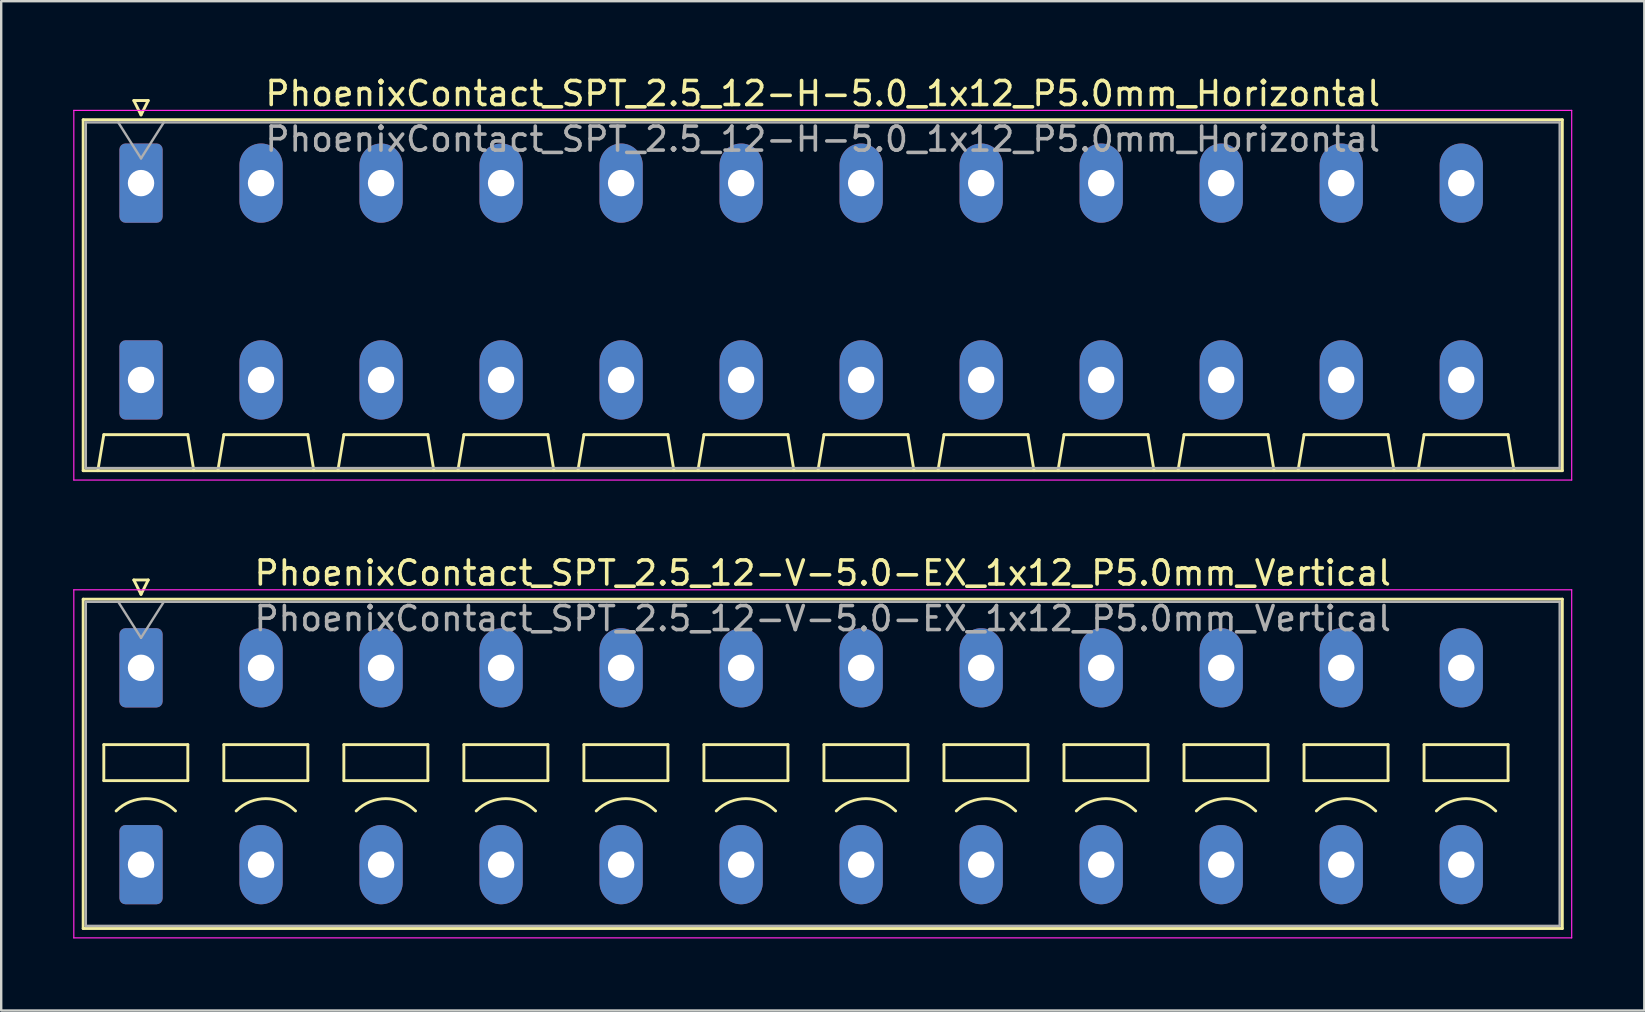
<source format=kicad_pcb>
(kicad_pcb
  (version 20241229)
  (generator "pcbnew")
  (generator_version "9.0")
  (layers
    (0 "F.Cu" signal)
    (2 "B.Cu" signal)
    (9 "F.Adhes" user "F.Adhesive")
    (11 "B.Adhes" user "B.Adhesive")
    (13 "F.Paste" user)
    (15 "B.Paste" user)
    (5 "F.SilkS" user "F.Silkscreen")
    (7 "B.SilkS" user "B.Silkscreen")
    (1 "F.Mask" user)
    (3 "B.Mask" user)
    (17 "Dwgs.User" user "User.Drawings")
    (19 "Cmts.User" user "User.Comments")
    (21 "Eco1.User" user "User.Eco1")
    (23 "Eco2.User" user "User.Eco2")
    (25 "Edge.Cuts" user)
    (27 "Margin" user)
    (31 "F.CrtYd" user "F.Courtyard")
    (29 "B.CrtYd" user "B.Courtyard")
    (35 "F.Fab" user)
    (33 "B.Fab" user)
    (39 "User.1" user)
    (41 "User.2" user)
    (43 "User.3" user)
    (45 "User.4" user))
  (footprint "PhoenixContact_SPT_2.5_12-H-5.0_1x12_P5.0mm_Horizontal"
    (layer "F.Cu")
    (at 2.825 4.578)
    (property "Reference" "PhoenixContact_SPT_2.5_12-H-5.0_1x12_P5.0mm_Horizontal" (at 28.4 -3.73 0) (layer "F.SilkS") (effects (font (size 1 1) (thickness 0.15))))
    (attr through_hole)
    (fp_line (start -2.41 -2.64) (end 59.21 -2.64) (stroke (width 0.12) (type solid)) (layer "F.SilkS"))
    (fp_line (start -2.41 11.98) (end -2.41 -2.64) (stroke (width 0.12) (type solid)) (layer "F.SilkS"))
    (fp_line (start -1.8 11.98) (end -1.55 10.48) (stroke (width 0.12) (type solid)) (layer "F.SilkS"))
    (fp_line (start -1.55 10.48) (end 1.95 10.48) (stroke (width 0.12) (type solid)) (layer "F.SilkS"))
    (fp_line (start -0.3 -3.44) (end 0 -2.84) (stroke (width 0.12) (type solid)) (layer "F.SilkS"))
    (fp_line (start -0.3 -3.44) (end 0.3 -3.44) (stroke (width 0.12) (type solid)) (layer "F.SilkS"))
    (fp_line (start 0.3 -3.44) (end 0 -2.84) (stroke (width 0.12) (type solid)) (layer "F.SilkS"))
    (fp_line (start 2.2 11.98) (end 1.95 10.48) (stroke (width 0.12) (type solid)) (layer "F.SilkS"))
    (fp_line (start 3.2 11.98) (end 3.45 10.48) (stroke (width 0.12) (type solid)) (layer "F.SilkS"))
    (fp_line (start 3.45 10.48) (end 6.95 10.48) (stroke (width 0.12) (type solid)) (layer "F.SilkS"))
    (fp_line (start 7.2 11.98) (end 6.95 10.48) (stroke (width 0.12) (type solid)) (layer "F.SilkS"))
    (fp_line (start 8.2 11.98) (end 8.45 10.48) (stroke (width 0.12) (type solid)) (layer "F.SilkS"))
    (fp_line (start 8.45 10.48) (end 11.95 10.48) (stroke (width 0.12) (type solid)) (layer "F.SilkS"))
    (fp_line (start 12.2 11.98) (end 11.95 10.48) (stroke (width 0.12) (type solid)) (layer "F.SilkS"))
    (fp_line (start 13.2 11.98) (end 13.45 10.48) (stroke (width 0.12) (type solid)) (layer "F.SilkS"))
    (fp_line (start 13.45 10.48) (end 16.95 10.48) (stroke (width 0.12) (type solid)) (layer "F.SilkS"))
    (fp_line (start 17.2 11.98) (end 16.95 10.48) (stroke (width 0.12) (type solid)) (layer "F.SilkS"))
    (fp_line (start 18.2 11.98) (end 18.45 10.48) (stroke (width 0.12) (type solid)) (layer "F.SilkS"))
    (fp_line (start 18.45 10.48) (end 21.95 10.48) (stroke (width 0.12) (type solid)) (layer "F.SilkS"))
    (fp_line (start 22.2 11.98) (end 21.95 10.48) (stroke (width 0.12) (type solid)) (layer "F.SilkS"))
    (fp_line (start 23.2 11.98) (end 23.45 10.48) (stroke (width 0.12) (type solid)) (layer "F.SilkS"))
    (fp_line (start 23.45 10.48) (end 26.95 10.48) (stroke (width 0.12) (type solid)) (layer "F.SilkS"))
    (fp_line (start 27.2 11.98) (end 26.95 10.48) (stroke (width 0.12) (type solid)) (layer "F.SilkS"))
    (fp_line (start 28.2 11.98) (end 28.45 10.48) (stroke (width 0.12) (type solid)) (layer "F.SilkS"))
    (fp_line (start 28.45 10.48) (end 31.95 10.48) (stroke (width 0.12) (type solid)) (layer "F.SilkS"))
    (fp_line (start 32.2 11.98) (end 31.95 10.48) (stroke (width 0.12) (type solid)) (layer "F.SilkS"))
    (fp_line (start 33.2 11.98) (end 33.45 10.48) (stroke (width 0.12) (type solid)) (layer "F.SilkS"))
    (fp_line (start 33.45 10.48) (end 36.95 10.48) (stroke (width 0.12) (type solid)) (layer "F.SilkS"))
    (fp_line (start 37.2 11.98) (end 36.95 10.48) (stroke (width 0.12) (type solid)) (layer "F.SilkS"))
    (fp_line (start 38.2 11.98) (end 38.45 10.48) (stroke (width 0.12) (type solid)) (layer "F.SilkS"))
    (fp_line (start 38.45 10.48) (end 41.95 10.48) (stroke (width 0.12) (type solid)) (layer "F.SilkS"))
    (fp_line (start 42.2 11.98) (end 41.95 10.48) (stroke (width 0.12) (type solid)) (layer "F.SilkS"))
    (fp_line (start 43.2 11.98) (end 43.45 10.48) (stroke (width 0.12) (type solid)) (layer "F.SilkS"))
    (fp_line (start 43.45 10.48) (end 46.95 10.48) (stroke (width 0.12) (type solid)) (layer "F.SilkS"))
    (fp_line (start 47.2 11.98) (end 46.95 10.48) (stroke (width 0.12) (type solid)) (layer "F.SilkS"))
    (fp_line (start 48.2 11.98) (end 48.45 10.48) (stroke (width 0.12) (type solid)) (layer "F.SilkS"))
    (fp_line (start 48.45 10.48) (end 51.95 10.48) (stroke (width 0.12) (type solid)) (layer "F.SilkS"))
    (fp_line (start 52.2 11.98) (end 51.95 10.48) (stroke (width 0.12) (type solid)) (layer "F.SilkS"))
    (fp_line (start 53.2 11.98) (end 53.45 10.48) (stroke (width 0.12) (type solid)) (layer "F.SilkS"))
    (fp_line (start 53.45 10.48) (end 56.95 10.48) (stroke (width 0.12) (type solid)) (layer "F.SilkS"))
    (fp_line (start 57.2 11.98) (end 56.95 10.48) (stroke (width 0.12) (type solid)) (layer "F.SilkS"))
    (fp_line (start 59.21 -2.64) (end 59.21 11.98) (stroke (width 0.12) (type solid)) (layer "F.SilkS"))
    (fp_line (start 59.21 11.98) (end -2.41 11.98) (stroke (width 0.12) (type solid)) (layer "F.SilkS"))
    (fp_line (start -2.8 -3.03) (end -2.8 12.37) (stroke (width 0.05) (type solid)) (layer "F.CrtYd"))
    (fp_line (start -2.8 12.37) (end 59.6 12.37) (stroke (width 0.05) (type solid)) (layer "F.CrtYd"))
    (fp_line (start 59.6 -3.03) (end -2.8 -3.03) (stroke (width 0.05) (type solid)) (layer "F.CrtYd"))
    (fp_line (start 59.6 12.37) (end 59.6 -3.03) (stroke (width 0.05) (type solid)) (layer "F.CrtYd"))
    (fp_line (start -2.3 -2.53) (end -2.3 11.87) (stroke (width 0.1) (type solid)) (layer "F.Fab"))
    (fp_line (start -2.3 11.87) (end 59.1 11.87) (stroke (width 0.1) (type solid)) (layer "F.Fab"))
    (fp_line (start -0.95 -2.53) (end 0 -1.03) (stroke (width 0.1) (type solid)) (layer "F.Fab"))
    (fp_line (start 0.95 -2.53) (end 0 -1.03) (stroke (width 0.1) (type solid)) (layer "F.Fab"))
    (fp_line (start 59.1 -2.53) (end -2.3 -2.53) (stroke (width 0.1) (type solid)) (layer "F.Fab"))
    (fp_line (start 59.1 11.87) (end 59.1 -2.53) (stroke (width 0.1) (type solid)) (layer "F.Fab"))
    (fp_text user "${REFERENCE}" (at 28.4 -1.83 0) (layer "F.Fab") (effects (font (size 1 1) (thickness 0.15))))
    (pad "1" thru_hole roundrect (at 0 0) (size 1.8 3.3) (drill 1.1) (layers "*.Cu" "*.Mask") (roundrect_rratio 0.139))
    (pad "1" thru_hole roundrect (at 0 8.2) (size 1.8 3.3) (drill 1.1) (layers "*.Cu" "*.Mask") (roundrect_rratio 0.139))
    (pad "2" thru_hole oval (at 5 0) (size 1.8 3.3) (drill 1.1) (layers "*.Cu" "*.Mask"))
    (pad "2" thru_hole oval (at 5 8.2) (size 1.8 3.3) (drill 1.1) (layers "*.Cu" "*.Mask"))
    (pad "3" thru_hole oval (at 10 0) (size 1.8 3.3) (drill 1.1) (layers "*.Cu" "*.Mask"))
    (pad "3" thru_hole oval (at 10 8.2) (size 1.8 3.3) (drill 1.1) (layers "*.Cu" "*.Mask"))
    (pad "4" thru_hole oval (at 15 0) (size 1.8 3.3) (drill 1.1) (layers "*.Cu" "*.Mask"))
    (pad "4" thru_hole oval (at 15 8.2) (size 1.8 3.3) (drill 1.1) (layers "*.Cu" "*.Mask"))
    (pad "5" thru_hole oval (at 20 0) (size 1.8 3.3) (drill 1.1) (layers "*.Cu" "*.Mask"))
    (pad "5" thru_hole oval (at 20 8.2) (size 1.8 3.3) (drill 1.1) (layers "*.Cu" "*.Mask"))
    (pad "6" thru_hole oval (at 25 0) (size 1.8 3.3) (drill 1.1) (layers "*.Cu" "*.Mask"))
    (pad "6" thru_hole oval (at 25 8.2) (size 1.8 3.3) (drill 1.1) (layers "*.Cu" "*.Mask"))
    (pad "7" thru_hole oval (at 30 0) (size 1.8 3.3) (drill 1.1) (layers "*.Cu" "*.Mask"))
    (pad "7" thru_hole oval (at 30 8.2) (size 1.8 3.3) (drill 1.1) (layers "*.Cu" "*.Mask"))
    (pad "8" thru_hole oval (at 35 0) (size 1.8 3.3) (drill 1.1) (layers "*.Cu" "*.Mask"))
    (pad "8" thru_hole oval (at 35 8.2) (size 1.8 3.3) (drill 1.1) (layers "*.Cu" "*.Mask"))
    (pad "9" thru_hole oval (at 40 0) (size 1.8 3.3) (drill 1.1) (layers "*.Cu" "*.Mask"))
    (pad "9" thru_hole oval (at 40 8.2) (size 1.8 3.3) (drill 1.1) (layers "*.Cu" "*.Mask"))
    (pad "10" thru_hole oval (at 45 0) (size 1.8 3.3) (drill 1.1) (layers "*.Cu" "*.Mask"))
    (pad "10" thru_hole oval (at 45 8.2) (size 1.8 3.3) (drill 1.1) (layers "*.Cu" "*.Mask"))
    (pad "11" thru_hole oval (at 50 0) (size 1.8 3.3) (drill 1.1) (layers "*.Cu" "*.Mask"))
    (pad "11" thru_hole oval (at 50 8.2) (size 1.8 3.3) (drill 1.1) (layers "*.Cu" "*.Mask"))
    (pad "12" thru_hole oval (at 55 0) (size 1.8 3.3) (drill 1.1) (layers "*.Cu" "*.Mask"))
    (pad "12" thru_hole oval (at 55 8.2) (size 1.8 3.3) (drill 1.1) (layers "*.Cu" "*.Mask")))
  (footprint "PhoenixContact_SPT_2.5_12-V-5.0-EX_1x12_P5.0mm_Vertical"
    (layer "F.Cu")
    (at 2.825 24.771)
    (property "Reference" "PhoenixContact_SPT_2.5_12-V-5.0-EX_1x12_P5.0mm_Vertical" (at 28.4 -3.95 0) (layer "F.SilkS") (effects (font (size 1 1) (thickness 0.15))))
    (attr through_hole)
    (fp_line (start -2.41 -2.86) (end 59.21 -2.86) (stroke (width 0.12) (type solid)) (layer "F.SilkS"))
    (fp_line (start -2.41 10.86) (end -2.41 -2.86) (stroke (width 0.12) (type solid)) (layer "F.SilkS"))
    (fp_line (start -1.55 3.2) (end -1.55 4.7) (stroke (width 0.12) (type solid)) (layer "F.SilkS"))
    (fp_line (start -1.55 4.7) (end 1.95 4.7) (stroke (width 0.12) (type solid)) (layer "F.SilkS"))
    (fp_line (start -0.3 -3.66) (end 0 -3.06) (stroke (width 0.12) (type solid)) (layer "F.SilkS"))
    (fp_line (start -0.3 -3.66) (end 0.3 -3.66) (stroke (width 0.12) (type solid)) (layer "F.SilkS"))
    (fp_line (start 0.3 -3.66) (end 0 -3.06) (stroke (width 0.12) (type solid)) (layer "F.SilkS"))
    (fp_line (start 1.95 3.2) (end -1.55 3.2) (stroke (width 0.12) (type solid)) (layer "F.SilkS"))
    (fp_line (start 1.95 4.7) (end 1.95 3.2) (stroke (width 0.12) (type solid)) (layer "F.SilkS"))
    (fp_line (start 3.45 3.2) (end 3.45 4.7) (stroke (width 0.12) (type solid)) (layer "F.SilkS"))
    (fp_line (start 3.45 4.7) (end 6.95 4.7) (stroke (width 0.12) (type solid)) (layer "F.SilkS"))
    (fp_line (start 6.95 3.2) (end 3.45 3.2) (stroke (width 0.12) (type solid)) (layer "F.SilkS"))
    (fp_line (start 6.95 4.7) (end 6.95 3.2) (stroke (width 0.12) (type solid)) (layer "F.SilkS"))
    (fp_line (start 8.45 3.2) (end 8.45 4.7) (stroke (width 0.12) (type solid)) (layer "F.SilkS"))
    (fp_line (start 8.45 4.7) (end 11.95 4.7) (stroke (width 0.12) (type solid)) (layer "F.SilkS"))
    (fp_line (start 11.95 3.2) (end 8.45 3.2) (stroke (width 0.12) (type solid)) (layer "F.SilkS"))
    (fp_line (start 11.95 4.7) (end 11.95 3.2) (stroke (width 0.12) (type solid)) (layer "F.SilkS"))
    (fp_line (start 13.45 3.2) (end 13.45 4.7) (stroke (width 0.12) (type solid)) (layer "F.SilkS"))
    (fp_line (start 13.45 4.7) (end 16.95 4.7) (stroke (width 0.12) (type solid)) (layer "F.SilkS"))
    (fp_line (start 16.95 3.2) (end 13.45 3.2) (stroke (width 0.12) (type solid)) (layer "F.SilkS"))
    (fp_line (start 16.95 4.7) (end 16.95 3.2) (stroke (width 0.12) (type solid)) (layer "F.SilkS"))
    (fp_line (start 18.45 3.2) (end 18.45 4.7) (stroke (width 0.12) (type solid)) (layer "F.SilkS"))
    (fp_line (start 18.45 4.7) (end 21.95 4.7) (stroke (width 0.12) (type solid)) (layer "F.SilkS"))
    (fp_line (start 21.95 3.2) (end 18.45 3.2) (stroke (width 0.12) (type solid)) (layer "F.SilkS"))
    (fp_line (start 21.95 4.7) (end 21.95 3.2) (stroke (width 0.12) (type solid)) (layer "F.SilkS"))
    (fp_line (start 23.45 3.2) (end 23.45 4.7) (stroke (width 0.12) (type solid)) (layer "F.SilkS"))
    (fp_line (start 23.45 4.7) (end 26.95 4.7) (stroke (width 0.12) (type solid)) (layer "F.SilkS"))
    (fp_line (start 26.95 3.2) (end 23.45 3.2) (stroke (width 0.12) (type solid)) (layer "F.SilkS"))
    (fp_line (start 26.95 4.7) (end 26.95 3.2) (stroke (width 0.12) (type solid)) (layer "F.SilkS"))
    (fp_line (start 28.45 3.2) (end 28.45 4.7) (stroke (width 0.12) (type solid)) (layer "F.SilkS"))
    (fp_line (start 28.45 4.7) (end 31.95 4.7) (stroke (width 0.12) (type solid)) (layer "F.SilkS"))
    (fp_line (start 31.95 3.2) (end 28.45 3.2) (stroke (width 0.12) (type solid)) (layer "F.SilkS"))
    (fp_line (start 31.95 4.7) (end 31.95 3.2) (stroke (width 0.12) (type solid)) (layer "F.SilkS"))
    (fp_line (start 33.45 3.2) (end 33.45 4.7) (stroke (width 0.12) (type solid)) (layer "F.SilkS"))
    (fp_line (start 33.45 4.7) (end 36.95 4.7) (stroke (width 0.12) (type solid)) (layer "F.SilkS"))
    (fp_line (start 36.95 3.2) (end 33.45 3.2) (stroke (width 0.12) (type solid)) (layer "F.SilkS"))
    (fp_line (start 36.95 4.7) (end 36.95 3.2) (stroke (width 0.12) (type solid)) (layer "F.SilkS"))
    (fp_line (start 38.45 3.2) (end 38.45 4.7) (stroke (width 0.12) (type solid)) (layer "F.SilkS"))
    (fp_line (start 38.45 4.7) (end 41.95 4.7) (stroke (width 0.12) (type solid)) (layer "F.SilkS"))
    (fp_line (start 41.95 3.2) (end 38.45 3.2) (stroke (width 0.12) (type solid)) (layer "F.SilkS"))
    (fp_line (start 41.95 4.7) (end 41.95 3.2) (stroke (width 0.12) (type solid)) (layer "F.SilkS"))
    (fp_line (start 43.45 3.2) (end 43.45 4.7) (stroke (width 0.12) (type solid)) (layer "F.SilkS"))
    (fp_line (start 43.45 4.7) (end 46.95 4.7) (stroke (width 0.12) (type solid)) (layer "F.SilkS"))
    (fp_line (start 46.95 3.2) (end 43.45 3.2) (stroke (width 0.12) (type solid)) (layer "F.SilkS"))
    (fp_line (start 46.95 4.7) (end 46.95 3.2) (stroke (width 0.12) (type solid)) (layer "F.SilkS"))
    (fp_line (start 48.45 3.2) (end 48.45 4.7) (stroke (width 0.12) (type solid)) (layer "F.SilkS"))
    (fp_line (start 48.45 4.7) (end 51.95 4.7) (stroke (width 0.12) (type solid)) (layer "F.SilkS"))
    (fp_line (start 51.95 3.2) (end 48.45 3.2) (stroke (width 0.12) (type solid)) (layer "F.SilkS"))
    (fp_line (start 51.95 4.7) (end 51.95 3.2) (stroke (width 0.12) (type solid)) (layer "F.SilkS"))
    (fp_line (start 53.45 3.2) (end 53.45 4.7) (stroke (width 0.12) (type solid)) (layer "F.SilkS"))
    (fp_line (start 53.45 4.7) (end 56.95 4.7) (stroke (width 0.12) (type solid)) (layer "F.SilkS"))
    (fp_line (start 56.95 3.2) (end 53.45 3.2) (stroke (width 0.12) (type solid)) (layer "F.SilkS"))
    (fp_line (start 56.95 4.7) (end 56.95 3.2) (stroke (width 0.12) (type solid)) (layer "F.SilkS"))
    (fp_line (start 59.21 -2.86) (end 59.21 10.86) (stroke (width 0.12) (type solid)) (layer "F.SilkS"))
    (fp_line (start 59.21 10.86) (end -2.41 10.86) (stroke (width 0.12) (type solid)) (layer "F.SilkS"))
    (fp_arc (start -1.037437 5.962563) (mid 0.2 5.45) (end 1.437437 5.962563) (stroke (width 0.12) (type solid)) (layer "F.SilkS"))
    (fp_arc (start 3.962563 5.962563) (mid 5.2 5.45) (end 6.437437 5.962563) (stroke (width 0.12) (type solid)) (layer "F.SilkS"))
    (fp_arc (start 8.962563 5.962563) (mid 10.2 5.45) (end 11.437437 5.962563) (stroke (width 0.12) (type solid)) (layer "F.SilkS"))
    (fp_arc (start 13.962563 5.962563) (mid 15.2 5.45) (end 16.437437 5.962563) (stroke (width 0.12) (type solid)) (layer "F.SilkS"))
    (fp_arc (start 18.962563 5.962563) (mid 20.2 5.45) (end 21.437437 5.962563) (stroke (width 0.12) (type solid)) (layer "F.SilkS"))
    (fp_arc (start 23.962563 5.962563) (mid 25.2 5.45) (end 26.437437 5.962563) (stroke (width 0.12) (type solid)) (layer "F.SilkS"))
    (fp_arc (start 28.962563 5.962563) (mid 30.2 5.45) (end 31.437437 5.962563) (stroke (width 0.12) (type solid)) (layer "F.SilkS"))
    (fp_arc (start 33.962563 5.962563) (mid 35.2 5.45) (end 36.437437 5.962563) (stroke (width 0.12) (type solid)) (layer "F.SilkS"))
    (fp_arc (start 38.962563 5.962563) (mid 40.2 5.45) (end 41.437437 5.962563) (stroke (width 0.12) (type solid)) (layer "F.SilkS"))
    (fp_arc (start 43.962563 5.962563) (mid 45.2 5.45) (end 46.437437 5.962563) (stroke (width 0.12) (type solid)) (layer "F.SilkS"))
    (fp_arc (start 48.962563 5.962563) (mid 50.2 5.45) (end 51.437437 5.962563) (stroke (width 0.12) (type solid)) (layer "F.SilkS"))
    (fp_arc (start 53.962563 5.962563) (mid 55.2 5.45) (end 56.437437 5.962563) (stroke (width 0.12) (type solid)) (layer "F.SilkS"))
    (fp_line (start -2.8 -3.25) (end -2.8 11.25) (stroke (width 0.05) (type solid)) (layer "F.CrtYd"))
    (fp_line (start -2.8 11.25) (end 59.6 11.25) (stroke (width 0.05) (type solid)) (layer "F.CrtYd"))
    (fp_line (start 59.6 -3.25) (end -2.8 -3.25) (stroke (width 0.05) (type solid)) (layer "F.CrtYd"))
    (fp_line (start 59.6 11.25) (end 59.6 -3.25) (stroke (width 0.05) (type solid)) (layer "F.CrtYd"))
    (fp_line (start -2.3 -2.75) (end -2.3 10.75) (stroke (width 0.1) (type solid)) (layer "F.Fab"))
    (fp_line (start -2.3 10.75) (end 59.1 10.75) (stroke (width 0.1) (type solid)) (layer "F.Fab"))
    (fp_line (start -0.95 -2.75) (end 0 -1.25) (stroke (width 0.1) (type solid)) (layer "F.Fab"))
    (fp_line (start 0.95 -2.75) (end 0 -1.25) (stroke (width 0.1) (type solid)) (layer "F.Fab"))
    (fp_line (start 59.1 -2.75) (end -2.3 -2.75) (stroke (width 0.1) (type solid)) (layer "F.Fab"))
    (fp_line (start 59.1 10.75) (end 59.1 -2.75) (stroke (width 0.1) (type solid)) (layer "F.Fab"))
    (fp_text user "${REFERENCE}" (at 28.4 -2.05 0) (layer "F.Fab") (effects (font (size 1 1) (thickness 0.15))))
    (pad "1" thru_hole roundrect (at 0 0) (size 1.8 3.3) (drill 1.1) (layers "*.Cu" "*.Mask") (roundrect_rratio 0.139))
    (pad "1" thru_hole roundrect (at 0 8.2) (size 1.8 3.3) (drill 1.1) (layers "*.Cu" "*.Mask") (roundrect_rratio 0.139))
    (pad "2" thru_hole oval (at 5 0) (size 1.8 3.3) (drill 1.1) (layers "*.Cu" "*.Mask"))
    (pad "2" thru_hole oval (at 5 8.2) (size 1.8 3.3) (drill 1.1) (layers "*.Cu" "*.Mask"))
    (pad "3" thru_hole oval (at 10 0) (size 1.8 3.3) (drill 1.1) (layers "*.Cu" "*.Mask"))
    (pad "3" thru_hole oval (at 10 8.2) (size 1.8 3.3) (drill 1.1) (layers "*.Cu" "*.Mask"))
    (pad "4" thru_hole oval (at 15 0) (size 1.8 3.3) (drill 1.1) (layers "*.Cu" "*.Mask"))
    (pad "4" thru_hole oval (at 15 8.2) (size 1.8 3.3) (drill 1.1) (layers "*.Cu" "*.Mask"))
    (pad "5" thru_hole oval (at 20 0) (size 1.8 3.3) (drill 1.1) (layers "*.Cu" "*.Mask"))
    (pad "5" thru_hole oval (at 20 8.2) (size 1.8 3.3) (drill 1.1) (layers "*.Cu" "*.Mask"))
    (pad "6" thru_hole oval (at 25 0) (size 1.8 3.3) (drill 1.1) (layers "*.Cu" "*.Mask"))
    (pad "6" thru_hole oval (at 25 8.2) (size 1.8 3.3) (drill 1.1) (layers "*.Cu" "*.Mask"))
    (pad "7" thru_hole oval (at 30 0) (size 1.8 3.3) (drill 1.1) (layers "*.Cu" "*.Mask"))
    (pad "7" thru_hole oval (at 30 8.2) (size 1.8 3.3) (drill 1.1) (layers "*.Cu" "*.Mask"))
    (pad "8" thru_hole oval (at 35 0) (size 1.8 3.3) (drill 1.1) (layers "*.Cu" "*.Mask"))
    (pad "8" thru_hole oval (at 35 8.2) (size 1.8 3.3) (drill 1.1) (layers "*.Cu" "*.Mask"))
    (pad "9" thru_hole oval (at 40 0) (size 1.8 3.3) (drill 1.1) (layers "*.Cu" "*.Mask"))
    (pad "9" thru_hole oval (at 40 8.2) (size 1.8 3.3) (drill 1.1) (layers "*.Cu" "*.Mask"))
    (pad "10" thru_hole oval (at 45 0) (size 1.8 3.3) (drill 1.1) (layers "*.Cu" "*.Mask"))
    (pad "10" thru_hole oval (at 45 8.2) (size 1.8 3.3) (drill 1.1) (layers "*.Cu" "*.Mask"))
    (pad "11" thru_hole oval (at 50 0) (size 1.8 3.3) (drill 1.1) (layers "*.Cu" "*.Mask"))
    (pad "11" thru_hole oval (at 50 8.2) (size 1.8 3.3) (drill 1.1) (layers "*.Cu" "*.Mask"))
    (pad "12" thru_hole oval (at 55 0) (size 1.8 3.3) (drill 1.1) (layers "*.Cu" "*.Mask"))
    (pad "12" thru_hole oval (at 55 8.2) (size 1.8 3.3) (drill 1.1) (layers "*.Cu" "*.Mask")))
  (gr_rect
    (start -3 -3)
    (end 65.45 39.047)
    (stroke (width 0.1) (type default))
    (fill no)
    (layer "Edge.Cuts")))
</source>
